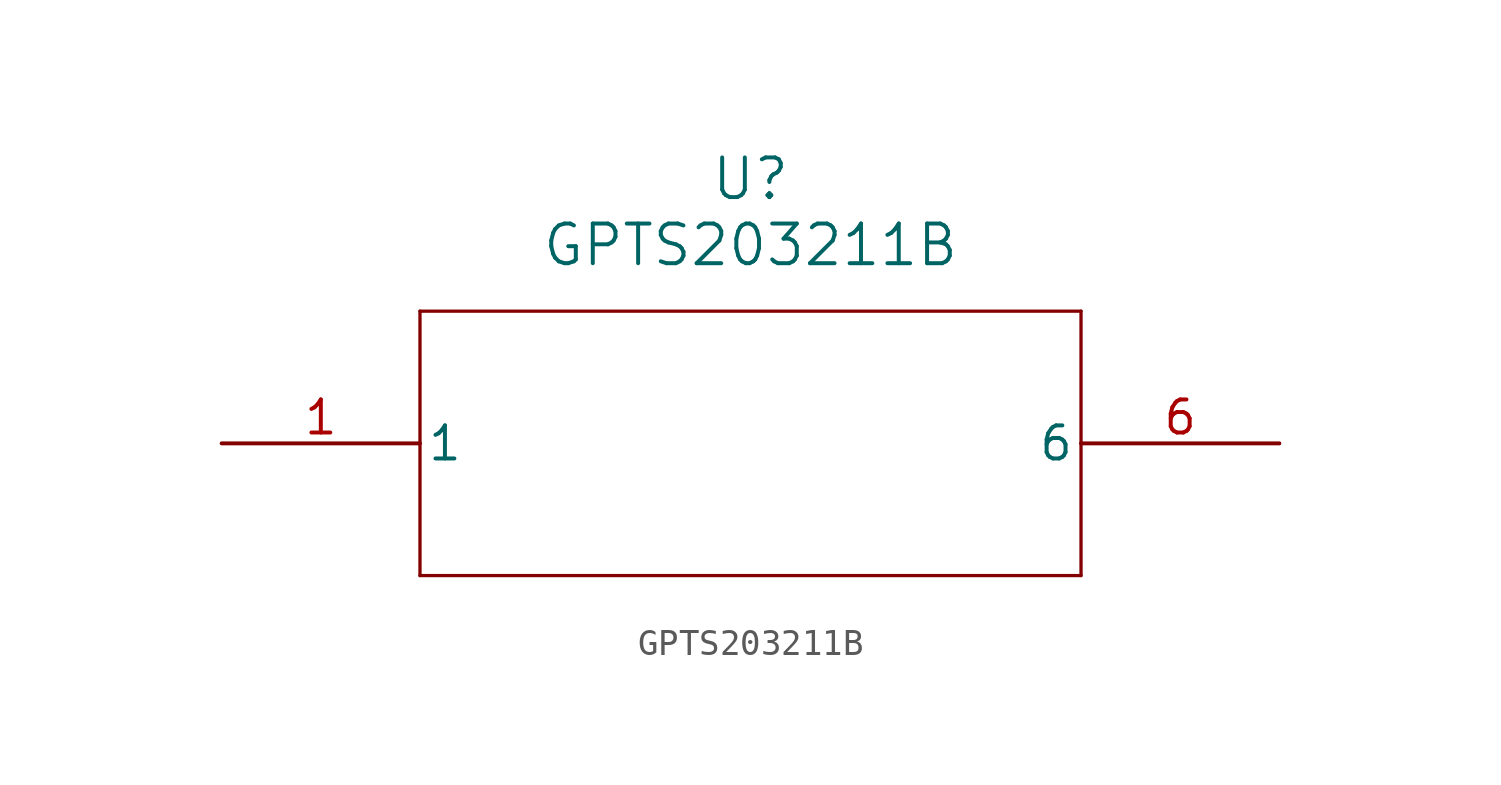
<source format=kicad_sym>
(kicad_symbol_lib
  (version 20231120)
  (generator "kicad_symbol_editor")
  (generator_version "8.0")
  (symbol "GPTS203211B"
    (pin_names
      (offset 0.254))
    (property "Reference" "U"
      (at 20.32 10.16 0)
      (effects (font (size 1.524 1.524))))
    (property "Value" "GPTS203211B"
      (at 20.32 7.62 0)
      (effects (font (size 1.524 1.524))))
    (property "ki_locked" ""
      (at 0 0 0)
      (effects (font (size 1.27 1.27))))
    (symbol "GPTS203211B_0_1"
      (polyline (pts (xy 7.62 -5.08) (xy 33.02 -5.08)) (stroke (width 0.127) (type default)) (fill (type none)))
      (polyline (pts (xy 7.62 5.08) (xy 7.62 -5.08)) (stroke (width 0.127) (type default)) (fill (type none)))
      (polyline (pts (xy 33.02 -5.08) (xy 33.02 5.08)) (stroke (width 0.127) (type default)) (fill (type none)))
      (polyline (pts (xy 33.02 5.08) (xy 7.62 5.08)) (stroke (width 0.127) (type default)) (fill (type none)))
      (pin unspecified line (at 0 0 0) (length 7.62) (name "1" (effects (font (size 1.27 1.27)))) (number "1" (effects (font (size 1.27 1.27)))))
      (pin unspecified line (at 40.64 0 180) (length 7.62) (name "6" (effects (font (size 1.27 1.27)))) (number "6" (effects (font (size 1.27 1.27))))))))
</source>
